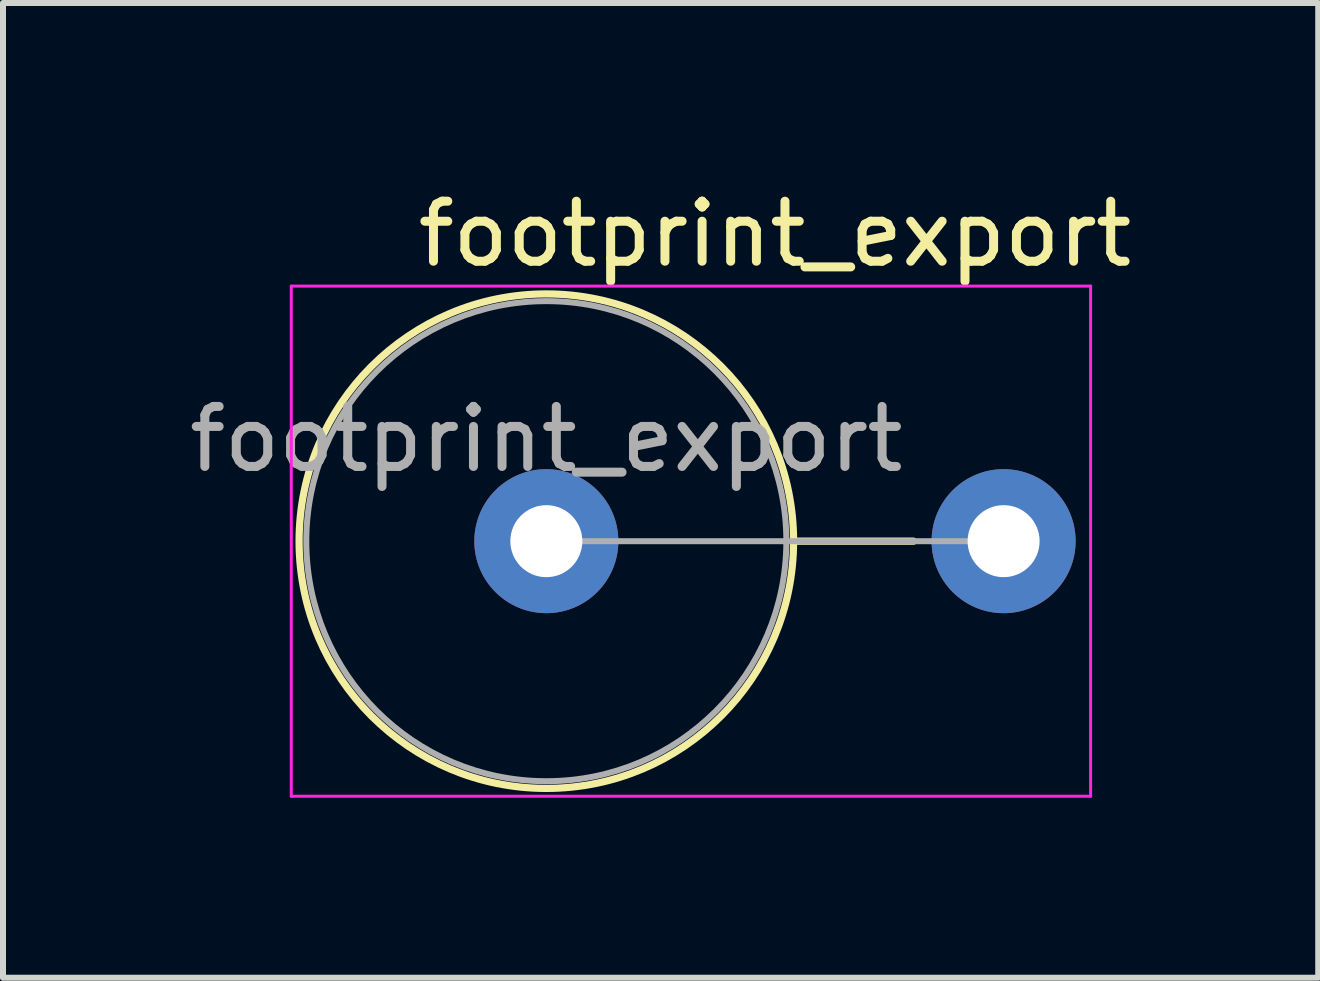
<source format=kicad_pcb>
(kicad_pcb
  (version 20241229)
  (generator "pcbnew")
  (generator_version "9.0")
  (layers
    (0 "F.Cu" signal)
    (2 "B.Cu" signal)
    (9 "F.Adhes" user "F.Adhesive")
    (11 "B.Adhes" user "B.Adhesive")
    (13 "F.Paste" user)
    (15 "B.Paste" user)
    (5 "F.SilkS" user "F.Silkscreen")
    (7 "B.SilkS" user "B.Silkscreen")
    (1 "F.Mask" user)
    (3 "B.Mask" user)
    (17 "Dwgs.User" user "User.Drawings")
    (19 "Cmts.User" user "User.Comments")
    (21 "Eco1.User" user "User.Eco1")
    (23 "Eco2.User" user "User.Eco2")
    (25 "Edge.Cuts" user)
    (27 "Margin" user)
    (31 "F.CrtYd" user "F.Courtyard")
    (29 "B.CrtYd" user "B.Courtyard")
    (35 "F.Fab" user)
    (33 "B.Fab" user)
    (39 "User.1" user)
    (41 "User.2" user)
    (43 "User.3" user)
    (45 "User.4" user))
  (footprint "footprint_export"
    (layer "F.Cu")
    (at 6.054 5.968)
    (property "Reference" "footprint_export" (at 3.81 -5.12 0) (layer "F.SilkS") (effects (font (size 1 1) (thickness 0.15))))
    (attr through_hole)
    (fp_line (start 4.12 0) (end 6.12 0) (stroke (width 0.12) (type solid)) (layer "F.SilkS"))
    (fp_circle (center 0 0) (end 4.12 0) (stroke (width 0.12) (type solid)) (fill no) (layer "F.SilkS"))
    (fp_line (start -4.25 -4.25) (end -4.25 4.25) (stroke (width 0.05) (type solid)) (layer "F.CrtYd"))
    (fp_line (start -4.25 4.25) (end 9.07 4.25) (stroke (width 0.05) (type solid)) (layer "F.CrtYd"))
    (fp_line (start 9.07 -4.25) (end -4.25 -4.25) (stroke (width 0.05) (type solid)) (layer "F.CrtYd"))
    (fp_line (start 9.07 4.25) (end 9.07 -4.25) (stroke (width 0.05) (type solid)) (layer "F.CrtYd"))
    (fp_line (start 0 0) (end 7.62 0) (stroke (width 0.1) (type solid)) (layer "F.Fab"))
    (fp_circle (center 0 0) (end 4 0) (stroke (width 0.1) (type solid)) (fill no) (layer "F.Fab"))
    (fp_text user "${REFERENCE}" (at 0 -1.7 0) (layer "F.Fab") (effects (font (size 1 1) (thickness 0.15))))
    (pad "1" thru_hole circle (at 0 0) (size 2.4 2.4) (drill 1.2) (layers "*.Cu" "*.Mask"))
    (pad "2" thru_hole oval (at 7.62 0) (size 2.4 2.4) (drill 1.2) (layers "*.Cu" "*.Mask")))
  (gr_rect
    (start -3 -3)
    (end 18.917 13.243)
    (stroke (width 0.1) (type default))
    (fill no)
    (layer "Edge.Cuts")))
</source>
